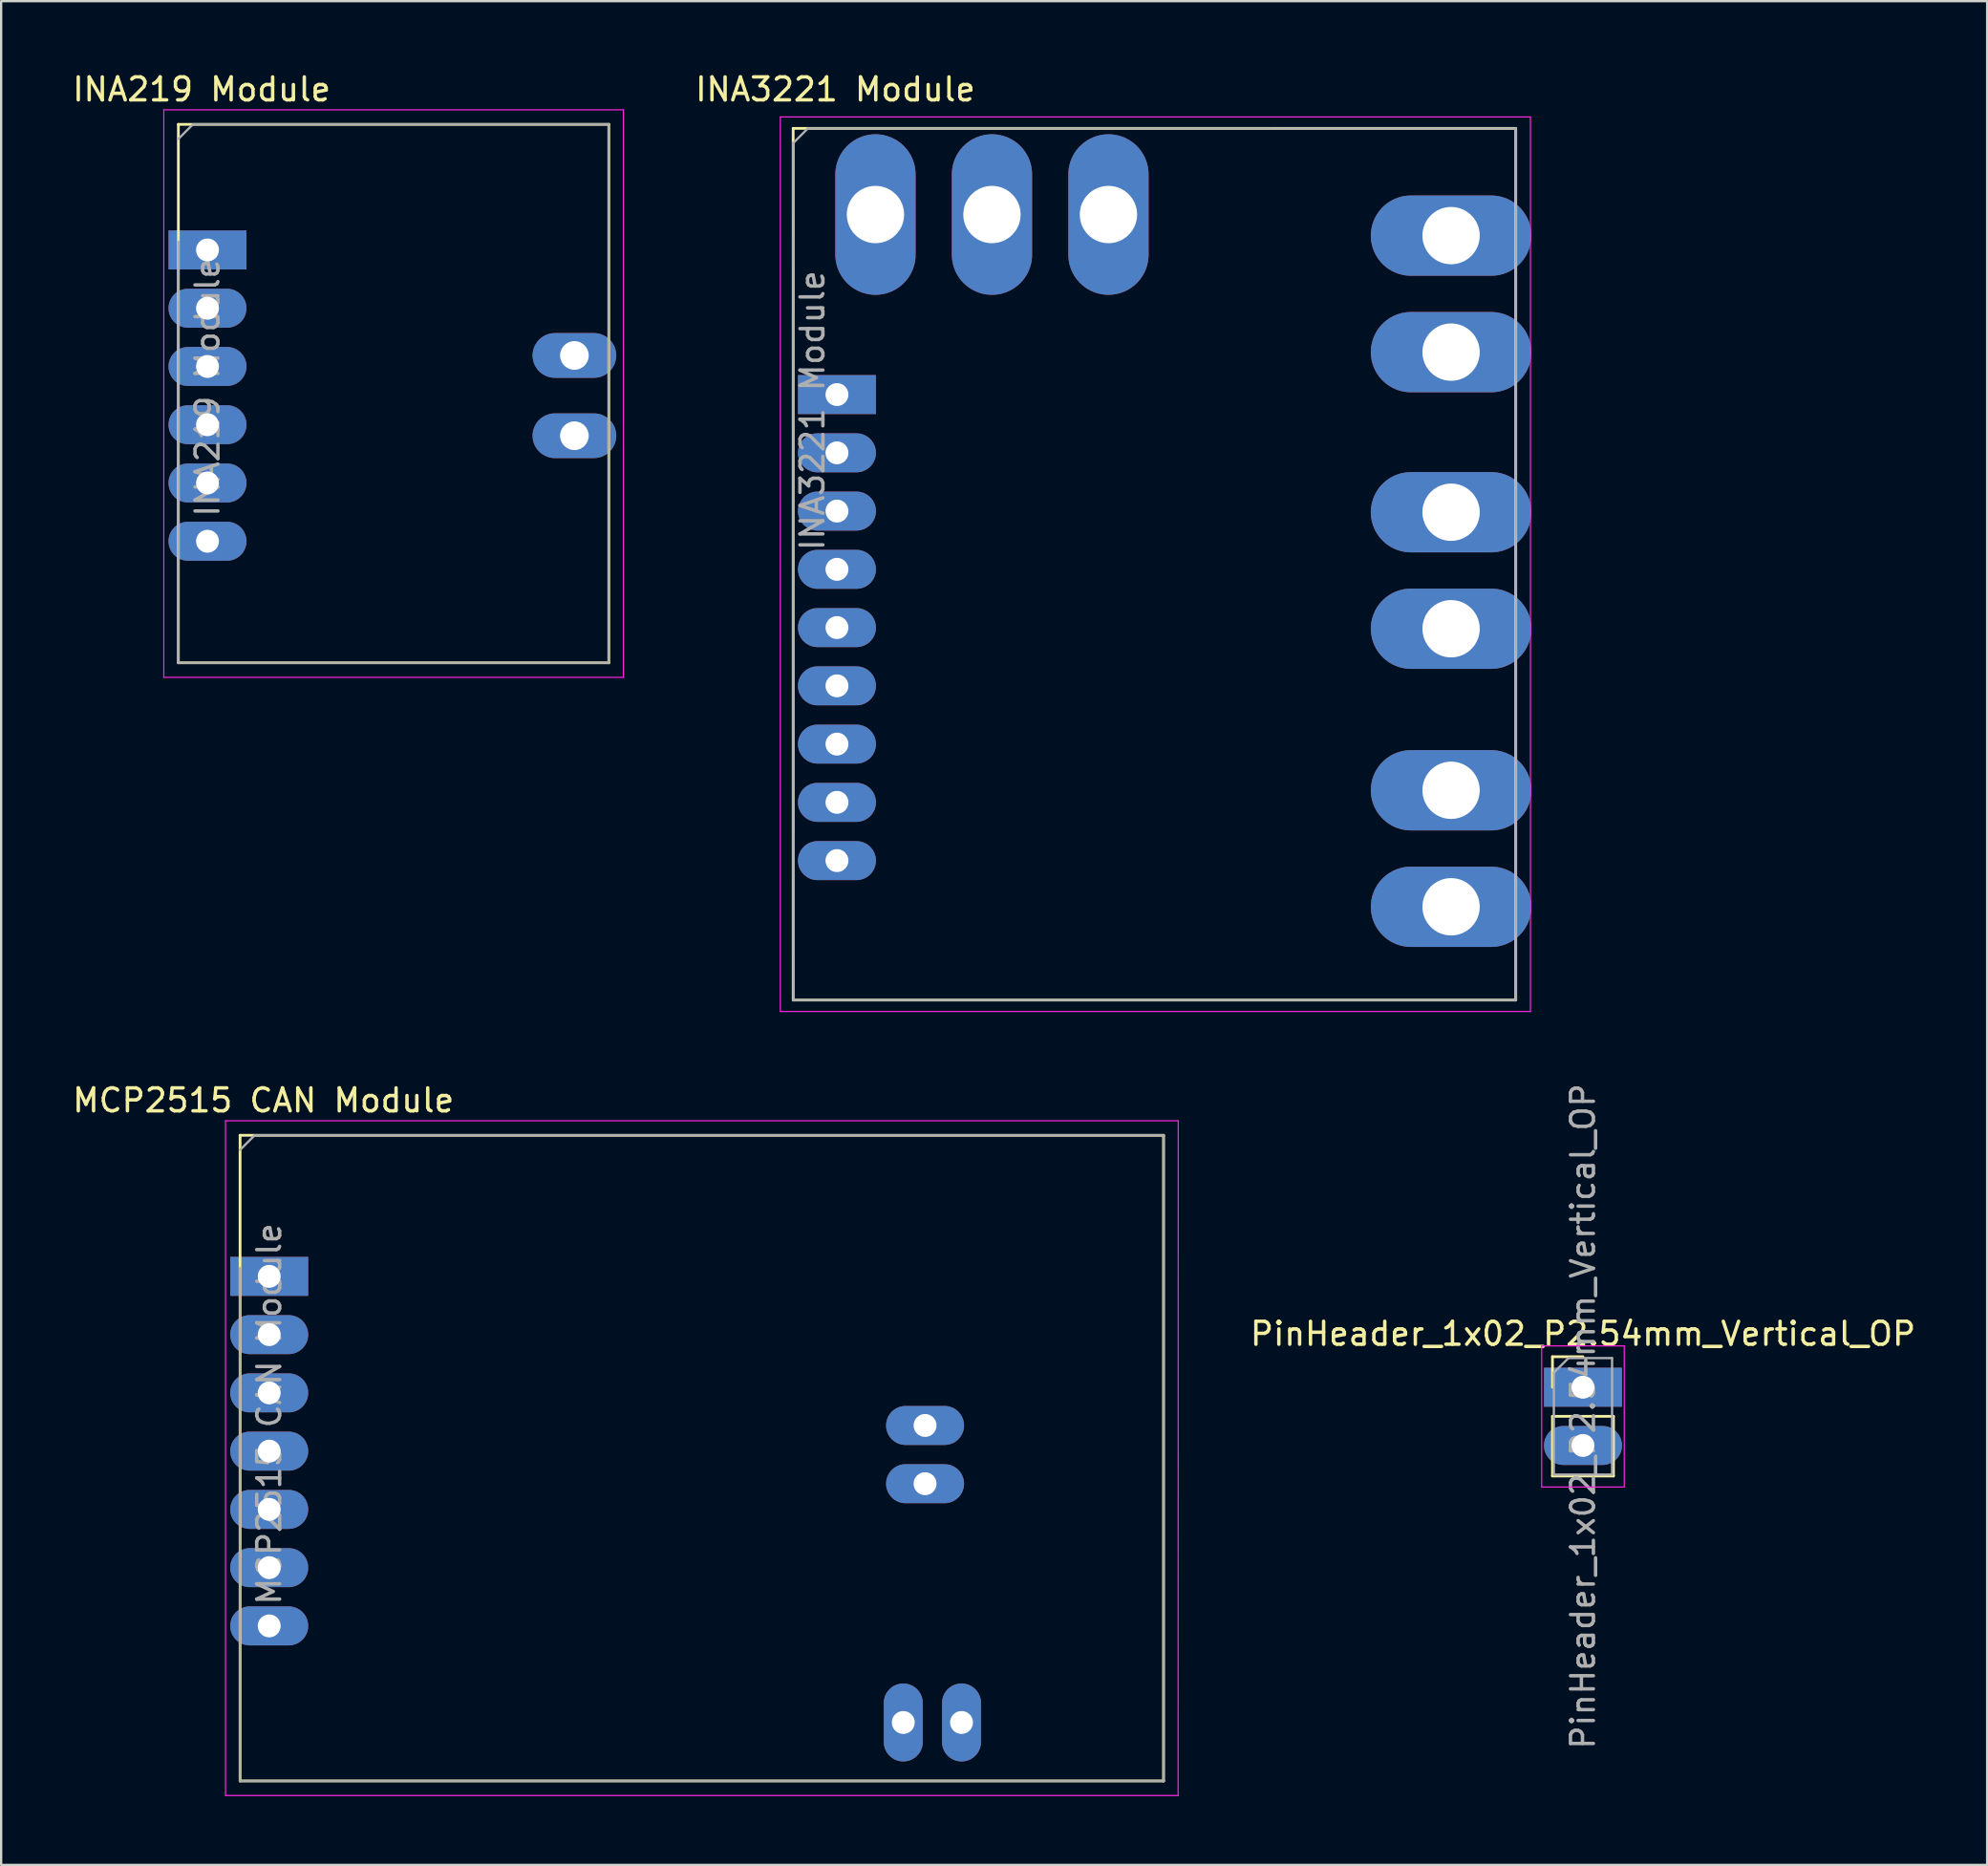
<source format=kicad_pcb>
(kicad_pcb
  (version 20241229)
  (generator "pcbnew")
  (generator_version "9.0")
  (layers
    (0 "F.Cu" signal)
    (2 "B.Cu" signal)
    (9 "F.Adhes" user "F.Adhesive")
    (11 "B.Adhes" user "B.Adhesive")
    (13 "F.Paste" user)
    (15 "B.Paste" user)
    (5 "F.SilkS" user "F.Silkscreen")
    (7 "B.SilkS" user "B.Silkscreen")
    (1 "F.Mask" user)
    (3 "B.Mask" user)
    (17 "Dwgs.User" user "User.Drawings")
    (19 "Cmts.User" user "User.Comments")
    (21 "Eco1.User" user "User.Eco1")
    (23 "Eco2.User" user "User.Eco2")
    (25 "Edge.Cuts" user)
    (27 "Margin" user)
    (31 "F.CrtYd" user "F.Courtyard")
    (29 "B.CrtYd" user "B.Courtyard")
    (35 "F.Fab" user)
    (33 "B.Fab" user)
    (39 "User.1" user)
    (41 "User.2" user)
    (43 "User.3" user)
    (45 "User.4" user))
  (footprint "INA219 Module"
    (layer "F.Cu")
    (at 5.998 7.848)
    (property "Reference" "INA219 Module" (at -0.254 -7 0) (layer "F.SilkS") (effects (font (size 1 1) (thickness 0.15))))
    (attr through_hole)
    (fp_line (start -1.27 -5.476) (end -1.27 18) (stroke (width 0.12) (type solid)) (layer "F.SilkS"))
    (fp_line (start -1.27 -5.476) (end 17.5 -5.476) (stroke (width 0.12) (type solid)) (layer "F.SilkS"))
    (fp_line (start -1.27 18) (end 17.5 18) (stroke (width 0.12) (type solid)) (layer "F.SilkS"))
    (fp_line (start 17.5 -5.476) (end 17.5 18) (stroke (width 0.12) (type solid)) (layer "F.SilkS"))
    (fp_line (start -1.905 -6.111) (end -1.905 18.635) (stroke (width 0.05) (type solid)) (layer "F.CrtYd"))
    (fp_line (start -1.905 -6.111) (end 18.135 -6.111) (stroke (width 0.05) (type solid)) (layer "F.CrtYd"))
    (fp_line (start -1.905 18.635) (end 18.135 18.635) (stroke (width 0.05) (type solid)) (layer "F.CrtYd"))
    (fp_line (start 18.135 -6.111) (end 18.135 18.635) (stroke (width 0.05) (type solid)) (layer "F.CrtYd"))
    (fp_line (start -1.27 -4.841) (end -0.635 -5.476) (stroke (width 0.1) (type solid)) (layer "F.Fab"))
    (fp_line (start -1.27 18) (end -1.27 -0.365) (stroke (width 0.1) (type solid)) (layer "F.Fab"))
    (fp_line (start -0.635 -5.476) (end 17.5 -5.476) (stroke (width 0.1) (type solid)) (layer "F.Fab"))
    (fp_line (start 17.5 -5.476) (end 17.5 18.01) (stroke (width 0.1) (type solid)) (layer "F.Fab"))
    (fp_line (start 17.5 18) (end -1.27 18) (stroke (width 0.1) (type solid)) (layer "F.Fab"))
    (fp_text user "${REFERENCE}" (at 0 6 90) (layer "F.Fab") (effects (font (size 1 1) (thickness 0.15))))
    (pad "1" thru_hole rect (at 0 0) (size 3.4 1.7) (drill 1) (layers "*.Cu" "*.Mask"))
    (pad "2" thru_hole oval (at 0 2.54) (size 3.4 1.7) (drill 1) (layers "*.Cu" "*.Mask"))
    (pad "3" thru_hole oval (at 0 5.08) (size 3.4 1.7) (drill 1) (layers "*.Cu" "*.Mask"))
    (pad "4" thru_hole oval (at 0 7.62) (size 3.4 1.7) (drill 1) (layers "*.Cu" "*.Mask"))
    (pad "5" thru_hole oval (at 0 10.16) (size 3.4 1.7) (drill 1) (layers "*.Cu" "*.Mask"))
    (pad "6" thru_hole oval (at 0 12.7) (size 3.4 1.7) (drill 1) (layers "*.Cu" "*.Mask"))
    (pad "7" thru_hole oval (at 16 8.1) (size 3.65 1.95) (drill 1.25) (layers "*.Cu" "*.Mask"))
    (pad "8" thru_hole oval (at 16 4.6) (size 3.65 1.95) (drill 1.25) (layers "*.Cu" "*.Mask")))
  (footprint "PinHeader_1x02_P2.54mm_Vertical_OP"
    (layer "F.Cu")
    (at 65.978 57.433)
    (property "Reference" "PinHeader_1x02_P2.54mm_Vertical_OP" (at 0 -2.33 0) (layer "F.SilkS") (effects (font (size 1 1) (thickness 0.15))))
    (attr through_hole)
    (fp_line (start -1.33 -1.33) (end 0 -1.33) (stroke (width 0.12) (type solid)) (layer "F.SilkS"))
    (fp_line (start -1.33 0) (end -1.33 -1.33) (stroke (width 0.12) (type solid)) (layer "F.SilkS"))
    (fp_line (start -1.33 1.27) (end -1.33 3.87) (stroke (width 0.12) (type solid)) (layer "F.SilkS"))
    (fp_line (start -1.33 1.27) (end 1.33 1.27) (stroke (width 0.12) (type solid)) (layer "F.SilkS"))
    (fp_line (start -1.33 3.87) (end 1.33 3.87) (stroke (width 0.12) (type solid)) (layer "F.SilkS"))
    (fp_line (start 1.33 1.27) (end 1.33 3.87) (stroke (width 0.12) (type solid)) (layer "F.SilkS"))
    (fp_line (start -1.8 -1.8) (end -1.8 4.35) (stroke (width 0.05) (type solid)) (layer "F.CrtYd"))
    (fp_line (start -1.8 4.35) (end 1.8 4.35) (stroke (width 0.05) (type solid)) (layer "F.CrtYd"))
    (fp_line (start 1.8 -1.8) (end -1.8 -1.8) (stroke (width 0.05) (type solid)) (layer "F.CrtYd"))
    (fp_line (start 1.8 4.35) (end 1.8 -1.8) (stroke (width 0.05) (type solid)) (layer "F.CrtYd"))
    (fp_line (start -1.27 -0.635) (end -0.635 -1.27) (stroke (width 0.1) (type solid)) (layer "F.Fab"))
    (fp_line (start -1.27 3.81) (end -1.27 -0.635) (stroke (width 0.1) (type solid)) (layer "F.Fab"))
    (fp_line (start -0.635 -1.27) (end 1.27 -1.27) (stroke (width 0.1) (type solid)) (layer "F.Fab"))
    (fp_line (start 1.27 -1.27) (end 1.27 3.81) (stroke (width 0.1) (type solid)) (layer "F.Fab"))
    (fp_line (start 1.27 3.81) (end -1.27 3.81) (stroke (width 0.1) (type solid)) (layer "F.Fab"))
    (fp_text user "${REFERENCE}" (at 0 1.27 90) (layer "F.Fab") (effects (font (size 1 1) (thickness 0.15))))
    (pad "1" thru_hole rect (at 0 0) (size 3.4 1.7) (drill 1) (layers "*.Cu" "*.Mask"))
    (pad "2" thru_hole oval (at 0 2.54) (size 3.4 1.7) (drill 1) (layers "*.Cu" "*.Mask")))
  (footprint "INA3221 Module"
    (layer "F.Cu")
    (at 33.447 14.153)
    (property "Reference" "INA3221 Module" (at -0.069 -13.305 0) (layer "F.SilkS") (effects (font (size 1 1) (thickness 0.15))))
    (attr through_hole)
    (fp_line (start -1.909 -11.605) (end 29.6 -11.605) (stroke (width 0.12) (type solid)) (layer "F.SilkS"))
    (fp_line (start -1.909 26.4) (end -1.909 -11.605) (stroke (width 0.12) (type solid)) (layer "F.SilkS"))
    (fp_line (start -1.9 26.4) (end 29.6 26.4) (stroke (width 0.12) (type solid)) (layer "F.SilkS"))
    (fp_line (start 29.6 -11.6) (end 29.6 26.4) (stroke (width 0.12) (type solid)) (layer "F.SilkS"))
    (fp_line (start -2.469 -12.105) (end -2.469 26.9) (stroke (width 0.05) (type solid)) (layer "F.CrtYd"))
    (fp_line (start -2.469 -12.105) (end 30.24 -12.105) (stroke (width 0.05) (type solid)) (layer "F.CrtYd"))
    (fp_line (start -2.469 26.9) (end 30.241 26.9) (stroke (width 0.05) (type solid)) (layer "F.CrtYd"))
    (fp_line (start 30.24 -12.105) (end 30.24 26.9) (stroke (width 0.05) (type solid)) (layer "F.CrtYd"))
    (fp_line (start -1.906 -10.967) (end -1.271 -11.602) (stroke (width 0.1) (type solid)) (layer "F.Fab"))
    (fp_line (start -1.9 26.4) (end -1.906 -10.967) (stroke (width 0.1) (type solid)) (layer "F.Fab"))
    (fp_line (start -1.271 -11.602) (end 29.6 -11.599) (stroke (width 0.1) (type solid)) (layer "F.Fab"))
    (fp_line (start 29.6 -11.599) (end 29.6 26.4) (stroke (width 0.1) (type solid)) (layer "F.Fab"))
    (fp_line (start 29.6 26.4) (end -1.9 26.4) (stroke (width 0.1) (type solid)) (layer "F.Fab"))
    (fp_text user "${REFERENCE}" (at -1.069 0.695 90) (layer "F.Fab") (effects (font (size 1 1) (thickness 0.15))))
    (pad "1" thru_hole rect (at 0 0) (size 3.4 1.7) (drill 1) (layers "*.Cu" "*.Mask"))
    (pad "2" thru_hole oval (at 0 2.54) (size 3.4 1.7) (drill 1) (layers "*.Cu" "*.Mask"))
    (pad "3" thru_hole oval (at 0 5.08) (size 3.4 1.7) (drill 1) (layers "*.Cu" "*.Mask"))
    (pad "4" thru_hole oval (at 0 7.62) (size 3.4 1.7) (drill 1) (layers "*.Cu" "*.Mask"))
    (pad "5" thru_hole oval (at 0 10.16) (size 3.4 1.7) (drill 1) (layers "*.Cu" "*.Mask"))
    (pad "6" thru_hole oval (at 0 12.7) (size 3.4 1.7) (drill 1) (layers "*.Cu" "*.Mask"))
    (pad "7" thru_hole oval (at 0 15.24) (size 3.4 1.7) (drill 1) (layers "*.Cu" "*.Mask"))
    (pad "8" thru_hole oval (at 0 17.78) (size 3.4 1.7) (drill 1) (layers "*.Cu" "*.Mask"))
    (pad "9" thru_hole oval (at 0 20.32) (size 3.4 1.7) (drill 1) (layers "*.Cu" "*.Mask"))
    (pad "10" thru_hole oval (at 26.78 22.333) (size 7 3.5) (drill 2.5) (layers "*.Cu" "*.Mask"))
    (pad "11" thru_hole oval (at 26.78 17.253) (size 7 3.5) (drill 2.5) (layers "*.Cu" "*.Mask"))
    (pad "12" thru_hole oval (at 26.78 10.21) (size 7 3.5) (drill 2.5) (layers "*.Cu" "*.Mask"))
    (pad "13" thru_hole oval (at 26.78 5.13) (size 7 3.5) (drill 2.5) (layers "*.Cu" "*.Mask"))
    (pad "14" thru_hole oval (at 26.78 -1.85) (size 7 3.5) (drill 2.5) (layers "*.Cu" "*.Mask"))
    (pad "15" thru_hole oval (at 26.78 -6.93) (size 7 3.5) (drill 2.5) (layers "*.Cu" "*.Mask"))
    (pad "16" thru_hole oval (at 11.839 -7.849 90) (size 7 3.5) (drill 2.5) (layers "*.Cu" "*.Mask"))
    (pad "17" thru_hole oval (at 6.759 -7.849 90) (size 7 3.5) (drill 2.5) (layers "*.Cu" "*.Mask"))
    (pad "18" thru_hole oval (at 1.679 -7.849 90) (size 7 3.5) (drill 2.5) (layers "*.Cu" "*.Mask")))
  (footprint "MCP2515 CAN Module"
    (layer "F.Cu")
    (at 8.689 52.6)
    (property "Reference" "MCP2515 CAN Module" (at -0.254 -7.674 0) (layer "F.SilkS") (effects (font (size 1 1) (thickness 0.15))))
    (attr through_hole)
    (fp_line (start -1.27 -6.15) (end -1.27 22) (stroke (width 0.12) (type solid)) (layer "F.SilkS"))
    (fp_line (start -1.27 -6.15) (end 39 -6.15) (stroke (width 0.12) (type solid)) (layer "F.SilkS"))
    (fp_line (start -1.27 22) (end 39 22) (stroke (width 0.12) (type solid)) (layer "F.SilkS"))
    (fp_line (start 39 -6.15) (end 39 22) (stroke (width 0.12) (type solid)) (layer "F.SilkS"))
    (fp_line (start -1.905 -6.785) (end -1.905 22.635) (stroke (width 0.05) (type solid)) (layer "F.CrtYd"))
    (fp_line (start -1.905 -6.785) (end 39.64 -6.785) (stroke (width 0.05) (type solid)) (layer "F.CrtYd"))
    (fp_line (start -1.9 22.635) (end 39.635 22.635) (stroke (width 0.05) (type solid)) (layer "F.CrtYd"))
    (fp_line (start 39.64 -6.785) (end 39.635 22.635) (stroke (width 0.05) (type solid)) (layer "F.CrtYd"))
    (fp_line (start -1.27 -5.515) (end -0.635 -6.15) (stroke (width 0.1) (type solid)) (layer "F.Fab"))
    (fp_line (start -1.27 22) (end -1.27 -0.365) (stroke (width 0.1) (type solid)) (layer "F.Fab"))
    (fp_line (start -0.635 -6.15) (end 39 -6.15) (stroke (width 0.1) (type solid)) (layer "F.Fab"))
    (fp_line (start 39 -6.15) (end 39 22.01) (stroke (width 0.1) (type solid)) (layer "F.Fab"))
    (fp_line (start 39 22) (end -1.27 22) (stroke (width 0.1) (type solid)) (layer "F.Fab"))
    (fp_text user "${REFERENCE}" (at 0 6 90) (layer "F.Fab") (effects (font (size 1 1) (thickness 0.15))))
    (pad "1" thru_hole rect (at 0 0) (size 3.4 1.7) (drill 1) (layers "*.Cu" "*.Mask"))
    (pad "2" thru_hole oval (at 0 2.54) (size 3.4 1.7) (drill 1) (layers "*.Cu" "*.Mask"))
    (pad "3" thru_hole oval (at 0 5.08) (size 3.4 1.7) (drill 1) (layers "*.Cu" "*.Mask"))
    (pad "4" thru_hole oval (at 0 7.62) (size 3.4 1.7) (drill 1) (layers "*.Cu" "*.Mask"))
    (pad "5" thru_hole oval (at 0 10.16) (size 3.4 1.7) (drill 1) (layers "*.Cu" "*.Mask"))
    (pad "6" thru_hole oval (at 0 12.7) (size 3.4 1.7) (drill 1) (layers "*.Cu" "*.Mask"))
    (pad "7" thru_hole oval (at 0 15.24) (size 3.4 1.7) (drill 1) (layers "*.Cu" "*.Mask"))
    (pad "8" thru_hole oval (at 28.6 6.5) (size 3.4 1.7) (drill 1) (layers "*.Cu" "*.Mask"))
    (pad "9" thru_hole oval (at 28.6 9.04) (size 3.4 1.7) (drill 1) (layers "*.Cu" "*.Mask"))
    (pad "10" thru_hole oval (at 27.65 19.45 90) (size 3.4 1.7) (drill 1) (layers "*.Cu" "*.Mask"))
    (pad "11" thru_hole oval (at 30.19 19.45 90) (size 3.4 1.7) (drill 1) (layers "*.Cu" "*.Mask")))
  (gr_rect
    (start -3 -3)
    (end 83.603 78.26)
    (stroke (width 0.1) (type default))
    (fill no)
    (layer "Edge.Cuts")))
</source>
